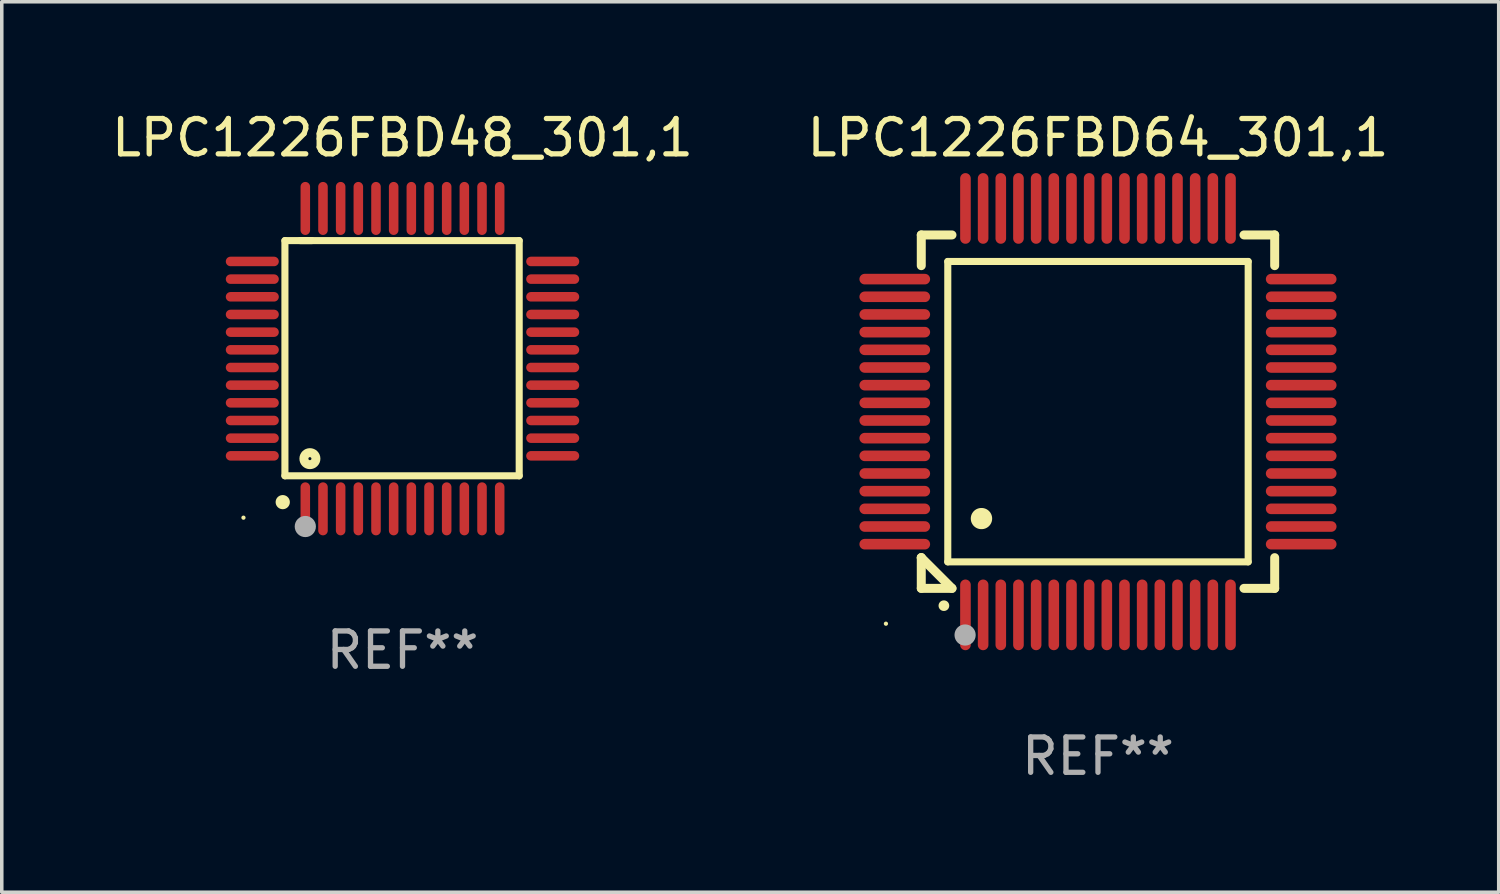
<source format=kicad_pcb>
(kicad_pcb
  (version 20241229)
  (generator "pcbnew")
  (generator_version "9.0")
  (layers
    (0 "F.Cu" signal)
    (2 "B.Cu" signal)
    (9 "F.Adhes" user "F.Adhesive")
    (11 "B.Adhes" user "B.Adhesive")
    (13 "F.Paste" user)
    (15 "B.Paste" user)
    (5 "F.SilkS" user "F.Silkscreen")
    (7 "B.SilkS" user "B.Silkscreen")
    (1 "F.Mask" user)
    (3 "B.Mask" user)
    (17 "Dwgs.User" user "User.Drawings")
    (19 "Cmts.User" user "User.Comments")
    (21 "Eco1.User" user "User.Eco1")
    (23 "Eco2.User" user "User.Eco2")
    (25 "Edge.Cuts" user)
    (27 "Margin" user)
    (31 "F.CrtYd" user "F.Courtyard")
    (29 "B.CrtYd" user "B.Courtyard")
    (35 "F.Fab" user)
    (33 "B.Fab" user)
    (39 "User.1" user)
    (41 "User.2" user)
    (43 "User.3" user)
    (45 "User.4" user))
  (footprint "LPC1226FBD64_301,1"
    (layer "F.Cu")
    (at 28.018 8.598)
    (property "Reference" "LPC1226FBD64_301,1" (at 0 -7.75 0) (layer "F.SilkS") (effects (font (size 1 1) (thickness 0.15))))
    (attr through_hole)
    (fp_line (start -5 -5) (end -4.131 -5) (stroke (width 0.254) (type solid)) (layer "F.SilkS"))
    (fp_line (start -5 -4.131) (end -5 -5) (stroke (width 0.254) (type solid)) (layer "F.SilkS"))
    (fp_line (start -5 4.131) (end -5 4.131) (stroke (width 0.254) (type solid)) (layer "F.SilkS"))
    (fp_line (start -5 5) (end -5 4.131) (stroke (width 0.254) (type solid)) (layer "F.SilkS"))
    (fp_line (start -5 4.131) (end -4.131 5) (stroke (width 0.254) (type solid)) (layer "F.SilkS"))
    (fp_line (start -4.25 -4.25) (end -4.25 4.25) (stroke (width 0.2) (type solid)) (layer "F.SilkS"))
    (fp_line (start -4.25 4.25) (end 4.25 4.25) (stroke (width 0.2) (type solid)) (layer "F.SilkS"))
    (fp_line (start -4.131 5) (end -5 5) (stroke (width 0.254) (type solid)) (layer "F.SilkS"))
    (fp_line (start 4.25 -4.25) (end -4.25 -4.25) (stroke (width 0.2) (type solid)) (layer "F.SilkS"))
    (fp_line (start 4.25 4.25) (end 4.25 -4.25) (stroke (width 0.2) (type solid)) (layer "F.SilkS"))
    (fp_line (start 5 -5) (end 4.131 -5) (stroke (width 0.254) (type solid)) (layer "F.SilkS"))
    (fp_line (start 5 -5) (end 5 -4.131) (stroke (width 0.254) (type solid)) (layer "F.SilkS"))
    (fp_line (start 5 4.131) (end 5 5) (stroke (width 0.254) (type solid)) (layer "F.SilkS"))
    (fp_line (start 5 5) (end 4.131 5) (stroke (width 0.254) (type solid)) (layer "F.SilkS"))
    (fp_arc (start -4.361265 5.489992) (mid -4.359995 5.489987) (end -4.358725 5.489992) (stroke (width 0.3) (type solid)) (layer "F.SilkS"))
    (fp_arc (start -3.299467 3.025146) (mid -3.296927 3.025135) (end -3.294387 3.025146) (stroke (width 0.6) (type solid)) (layer "F.SilkS"))
    (fp_circle (center -6 6) (end -5.97 6) (stroke (width 0.06) (type solid)) (fill no) (layer "F.SilkS"))
    (fp_circle (center -3.76 6.32) (end -3.61 6.32) (stroke (width 0.3) (type solid)) (fill no) (layer "F.Fab"))
    (fp_text user "REF**" (at 0 9.75 0) (layer "F.Fab") (effects (font (size 1 1) (thickness 0.15))))
    (pad "1" smd oval (at -3.75 5.75) (size 0.3 2) (layers "F.Cu" "F.Mask" "F.Paste"))
    (pad "2" smd oval (at -3.25 5.75) (size 0.3 2) (layers "F.Cu" "F.Mask" "F.Paste"))
    (pad "3" smd oval (at -2.75 5.75) (size 0.3 2) (layers "F.Cu" "F.Mask" "F.Paste"))
    (pad "4" smd oval (at -2.25 5.75) (size 0.3 2) (layers "F.Cu" "F.Mask" "F.Paste"))
    (pad "5" smd oval (at -1.75 5.75) (size 0.3 2) (layers "F.Cu" "F.Mask" "F.Paste"))
    (pad "6" smd oval (at -1.25 5.75) (size 0.3 2) (layers "F.Cu" "F.Mask" "F.Paste"))
    (pad "7" smd oval (at -0.75 5.75) (size 0.3 2) (layers "F.Cu" "F.Mask" "F.Paste"))
    (pad "8" smd oval (at -0.25 5.75) (size 0.3 2) (layers "F.Cu" "F.Mask" "F.Paste"))
    (pad "9" smd oval (at 0.25 5.75) (size 0.3 2) (layers "F.Cu" "F.Mask" "F.Paste"))
    (pad "10" smd oval (at 0.75 5.75) (size 0.3 2) (layers "F.Cu" "F.Mask" "F.Paste"))
    (pad "11" smd oval (at 1.25 5.75) (size 0.3 2) (layers "F.Cu" "F.Mask" "F.Paste"))
    (pad "12" smd oval (at 1.75 5.75) (size 0.3 2) (layers "F.Cu" "F.Mask" "F.Paste"))
    (pad "13" smd oval (at 2.25 5.75) (size 0.3 2) (layers "F.Cu" "F.Mask" "F.Paste"))
    (pad "14" smd oval (at 2.75 5.75) (size 0.3 2) (layers "F.Cu" "F.Mask" "F.Paste"))
    (pad "15" smd oval (at 3.25 5.75) (size 0.3 2) (layers "F.Cu" "F.Mask" "F.Paste"))
    (pad "16" smd oval (at 3.75 5.75) (size 0.3 2) (layers "F.Cu" "F.Mask" "F.Paste"))
    (pad "17" smd oval (at 5.75 3.75) (size 2 0.3) (layers "F.Cu" "F.Mask" "F.Paste"))
    (pad "18" smd oval (at 5.75 3.25) (size 2 0.3) (layers "F.Cu" "F.Mask" "F.Paste"))
    (pad "19" smd oval (at 5.75 2.75) (size 2 0.3) (layers "F.Cu" "F.Mask" "F.Paste"))
    (pad "20" smd oval (at 5.75 2.25) (size 2 0.3) (layers "F.Cu" "F.Mask" "F.Paste"))
    (pad "21" smd oval (at 5.75 1.75) (size 2 0.3) (layers "F.Cu" "F.Mask" "F.Paste"))
    (pad "22" smd oval (at 5.75 1.25) (size 2 0.3) (layers "F.Cu" "F.Mask" "F.Paste"))
    (pad "23" smd oval (at 5.75 0.75) (size 2 0.3) (layers "F.Cu" "F.Mask" "F.Paste"))
    (pad "24" smd oval (at 5.75 0.25) (size 2 0.3) (layers "F.Cu" "F.Mask" "F.Paste"))
    (pad "25" smd oval (at 5.75 -0.25) (size 2 0.3) (layers "F.Cu" "F.Mask" "F.Paste"))
    (pad "26" smd oval (at 5.75 -0.75) (size 2 0.3) (layers "F.Cu" "F.Mask" "F.Paste"))
    (pad "27" smd oval (at 5.75 -1.25) (size 2 0.3) (layers "F.Cu" "F.Mask" "F.Paste"))
    (pad "28" smd oval (at 5.75 -1.75) (size 2 0.3) (layers "F.Cu" "F.Mask" "F.Paste"))
    (pad "29" smd oval (at 5.75 -2.25) (size 2 0.3) (layers "F.Cu" "F.Mask" "F.Paste"))
    (pad "30" smd oval (at 5.75 -2.75) (size 2 0.3) (layers "F.Cu" "F.Mask" "F.Paste"))
    (pad "31" smd oval (at 5.75 -3.25) (size 2 0.3) (layers "F.Cu" "F.Mask" "F.Paste"))
    (pad "32" smd oval (at 5.75 -3.75) (size 2 0.3) (layers "F.Cu" "F.Mask" "F.Paste"))
    (pad "33" smd oval (at 3.75 -5.75) (size 0.3 2) (layers "F.Cu" "F.Mask" "F.Paste"))
    (pad "34" smd oval (at 3.25 -5.75) (size 0.3 2) (layers "F.Cu" "F.Mask" "F.Paste"))
    (pad "35" smd oval (at 2.75 -5.75) (size 0.3 2) (layers "F.Cu" "F.Mask" "F.Paste"))
    (pad "36" smd oval (at 2.25 -5.75) (size 0.3 2) (layers "F.Cu" "F.Mask" "F.Paste"))
    (pad "37" smd oval (at 1.75 -5.75) (size 0.3 2) (layers "F.Cu" "F.Mask" "F.Paste"))
    (pad "38" smd oval (at 1.25 -5.75) (size 0.3 2) (layers "F.Cu" "F.Mask" "F.Paste"))
    (pad "39" smd oval (at 0.75 -5.75) (size 0.3 2) (layers "F.Cu" "F.Mask" "F.Paste"))
    (pad "40" smd oval (at 0.25 -5.75) (size 0.3 2) (layers "F.Cu" "F.Mask" "F.Paste"))
    (pad "41" smd oval (at -0.25 -5.75) (size 0.3 2) (layers "F.Cu" "F.Mask" "F.Paste"))
    (pad "42" smd oval (at -0.75 -5.75) (size 0.3 2) (layers "F.Cu" "F.Mask" "F.Paste"))
    (pad "43" smd oval (at -1.25 -5.75) (size 0.3 2) (layers "F.Cu" "F.Mask" "F.Paste"))
    (pad "44" smd oval (at -1.75 -5.75) (size 0.3 2) (layers "F.Cu" "F.Mask" "F.Paste"))
    (pad "45" smd oval (at -2.25 -5.75) (size 0.3 2) (layers "F.Cu" "F.Mask" "F.Paste"))
    (pad "46" smd oval (at -2.75 -5.75) (size 0.3 2) (layers "F.Cu" "F.Mask" "F.Paste"))
    (pad "47" smd oval (at -3.25 -5.75) (size 0.3 2) (layers "F.Cu" "F.Mask" "F.Paste"))
    (pad "48" smd oval (at -3.75 -5.75) (size 0.3 2) (layers "F.Cu" "F.Mask" "F.Paste"))
    (pad "49" smd oval (at -5.75 -3.75) (size 2 0.3) (layers "F.Cu" "F.Mask" "F.Paste"))
    (pad "50" smd oval (at -5.75 -3.25) (size 2 0.3) (layers "F.Cu" "F.Mask" "F.Paste"))
    (pad "51" smd oval (at -5.75 -2.75) (size 2 0.3) (layers "F.Cu" "F.Mask" "F.Paste"))
    (pad "52" smd oval (at -5.75 -2.25) (size 2 0.3) (layers "F.Cu" "F.Mask" "F.Paste"))
    (pad "53" smd oval (at -5.75 -1.75) (size 2 0.3) (layers "F.Cu" "F.Mask" "F.Paste"))
    (pad "54" smd oval (at -5.75 -1.25) (size 2 0.3) (layers "F.Cu" "F.Mask" "F.Paste"))
    (pad "55" smd oval (at -5.75 -0.75) (size 2 0.3) (layers "F.Cu" "F.Mask" "F.Paste"))
    (pad "56" smd oval (at -5.75 -0.25) (size 2 0.3) (layers "F.Cu" "F.Mask" "F.Paste"))
    (pad "57" smd oval (at -5.75 0.25) (size 2 0.3) (layers "F.Cu" "F.Mask" "F.Paste"))
    (pad "58" smd oval (at -5.75 0.75) (size 2 0.3) (layers "F.Cu" "F.Mask" "F.Paste"))
    (pad "59" smd oval (at -5.75 1.25) (size 2 0.3) (layers "F.Cu" "F.Mask" "F.Paste"))
    (pad "60" smd oval (at -5.75 1.75) (size 2 0.3) (layers "F.Cu" "F.Mask" "F.Paste"))
    (pad "61" smd oval (at -5.75 2.25) (size 2 0.3) (layers "F.Cu" "F.Mask" "F.Paste"))
    (pad "62" smd oval (at -5.75 2.75) (size 2 0.3) (layers "F.Cu" "F.Mask" "F.Paste"))
    (pad "63" smd oval (at -5.75 3.25) (size 2 0.3) (layers "F.Cu" "F.Mask" "F.Paste"))
    (pad "64" smd oval (at -5.75 3.75) (size 2 0.3) (layers "F.Cu" "F.Mask" "F.Paste")))
  (footprint "LPC1226FBD48_301,1"
    (layer "F.Cu")
    (at 8.339 7.098)
    (property "Reference" "LPC1226FBD48_301,1" (at 0 -6.25 0) (layer "F.SilkS") (effects (font (size 1 1) (thickness 0.15))))
    (attr through_hole)
    (fp_line (start -3.327 -3.34) (end -2.565 -3.34) (stroke (width 0.2) (type solid)) (layer "F.SilkS"))
    (fp_line (start -3.327 3.315) (end -3.327 -3.34) (stroke (width 0.2) (type solid)) (layer "F.SilkS"))
    (fp_line (start -2.896 -3.34) (end 3.302 -3.34) (stroke (width 0.2) (type solid)) (layer "F.SilkS"))
    (fp_line (start 3.302 -3.34) (end 3.302 3.315) (stroke (width 0.2) (type solid)) (layer "F.SilkS"))
    (fp_line (start 3.302 3.315) (end -3.327 3.315) (stroke (width 0.2) (type solid)) (layer "F.SilkS"))
    (fp_arc (start -3.389992 4.059995) (mid -3.388722 4.059991) (end -3.387452 4.059995) (stroke (width 0.4) (type solid)) (layer "F.SilkS"))
    (fp_circle (center -4.5 4.5) (end -4.47 4.5) (stroke (width 0.06) (type solid)) (fill no) (layer "F.SilkS"))
    (fp_circle (center -2.62 2.83) (end -2.45 2.83) (stroke (width 0.254) (type solid)) (fill no) (layer "F.SilkS"))
    (fp_circle (center -2.75 4.75) (end -2.6 4.75) (stroke (width 0.3) (type solid)) (fill no) (layer "F.Fab"))
    (fp_text user "REF**" (at 0 8.25 0) (layer "F.Fab") (effects (font (size 1 1) (thickness 0.15))))
    (pad "1" smd oval (at -2.75 4.25) (size 0.27 1.5) (layers "F.Cu" "F.Mask" "F.Paste"))
    (pad "2" smd oval (at -2.25 4.25) (size 0.27 1.5) (layers "F.Cu" "F.Mask" "F.Paste"))
    (pad "3" smd oval (at -1.75 4.25) (size 0.27 1.5) (layers "F.Cu" "F.Mask" "F.Paste"))
    (pad "4" smd oval (at -1.25 4.25) (size 0.27 1.5) (layers "F.Cu" "F.Mask" "F.Paste"))
    (pad "5" smd oval (at -0.75 4.25) (size 0.27 1.5) (layers "F.Cu" "F.Mask" "F.Paste"))
    (pad "6" smd oval (at -0.25 4.25) (size 0.27 1.5) (layers "F.Cu" "F.Mask" "F.Paste"))
    (pad "7" smd oval (at 0.25 4.25) (size 0.27 1.5) (layers "F.Cu" "F.Mask" "F.Paste"))
    (pad "8" smd oval (at 0.75 4.25) (size 0.27 1.5) (layers "F.Cu" "F.Mask" "F.Paste"))
    (pad "9" smd oval (at 1.25 4.25) (size 0.27 1.5) (layers "F.Cu" "F.Mask" "F.Paste"))
    (pad "10" smd oval (at 1.75 4.25) (size 0.27 1.5) (layers "F.Cu" "F.Mask" "F.Paste"))
    (pad "11" smd oval (at 2.25 4.25) (size 0.27 1.5) (layers "F.Cu" "F.Mask" "F.Paste"))
    (pad "12" smd oval (at 2.75 4.25) (size 0.27 1.5) (layers "F.Cu" "F.Mask" "F.Paste"))
    (pad "13" smd oval (at 4.25 2.75) (size 1.5 0.27) (layers "F.Cu" "F.Mask" "F.Paste"))
    (pad "14" smd oval (at 4.25 2.25) (size 1.5 0.27) (layers "F.Cu" "F.Mask" "F.Paste"))
    (pad "15" smd oval (at 4.25 1.75) (size 1.5 0.27) (layers "F.Cu" "F.Mask" "F.Paste"))
    (pad "16" smd oval (at 4.25 1.25) (size 1.5 0.27) (layers "F.Cu" "F.Mask" "F.Paste"))
    (pad "17" smd oval (at 4.25 0.75) (size 1.5 0.27) (layers "F.Cu" "F.Mask" "F.Paste"))
    (pad "18" smd oval (at 4.25 0.25) (size 1.5 0.27) (layers "F.Cu" "F.Mask" "F.Paste"))
    (pad "19" smd oval (at 4.25 -0.25) (size 1.5 0.27) (layers "F.Cu" "F.Mask" "F.Paste"))
    (pad "20" smd oval (at 4.25 -0.75) (size 1.5 0.27) (layers "F.Cu" "F.Mask" "F.Paste"))
    (pad "21" smd oval (at 4.25 -1.25) (size 1.5 0.27) (layers "F.Cu" "F.Mask" "F.Paste"))
    (pad "22" smd oval (at 4.25 -1.75) (size 1.5 0.27) (layers "F.Cu" "F.Mask" "F.Paste"))
    (pad "23" smd oval (at 4.25 -2.25) (size 1.5 0.27) (layers "F.Cu" "F.Mask" "F.Paste"))
    (pad "24" smd oval (at 4.25 -2.75) (size 1.5 0.27) (layers "F.Cu" "F.Mask" "F.Paste"))
    (pad "25" smd oval (at 2.75 -4.25) (size 0.27 1.5) (layers "F.Cu" "F.Mask" "F.Paste"))
    (pad "26" smd oval (at 2.25 -4.25) (size 0.27 1.5) (layers "F.Cu" "F.Mask" "F.Paste"))
    (pad "27" smd oval (at 1.75 -4.25) (size 0.27 1.5) (layers "F.Cu" "F.Mask" "F.Paste"))
    (pad "28" smd oval (at 1.25 -4.25) (size 0.27 1.5) (layers "F.Cu" "F.Mask" "F.Paste"))
    (pad "29" smd oval (at 0.75 -4.25) (size 0.27 1.5) (layers "F.Cu" "F.Mask" "F.Paste"))
    (pad "30" smd oval (at 0.25 -4.25) (size 0.27 1.5) (layers "F.Cu" "F.Mask" "F.Paste"))
    (pad "31" smd oval (at -0.25 -4.25) (size 0.27 1.5) (layers "F.Cu" "F.Mask" "F.Paste"))
    (pad "32" smd oval (at -0.75 -4.25) (size 0.27 1.5) (layers "F.Cu" "F.Mask" "F.Paste"))
    (pad "33" smd oval (at -1.25 -4.25) (size 0.27 1.5) (layers "F.Cu" "F.Mask" "F.Paste"))
    (pad "34" smd oval (at -1.75 -4.25) (size 0.27 1.5) (layers "F.Cu" "F.Mask" "F.Paste"))
    (pad "35" smd oval (at -2.25 -4.25) (size 0.27 1.5) (layers "F.Cu" "F.Mask" "F.Paste"))
    (pad "36" smd oval (at -2.75 -4.25) (size 0.27 1.5) (layers "F.Cu" "F.Mask" "F.Paste"))
    (pad "37" smd oval (at -4.25 -2.75) (size 1.5 0.27) (layers "F.Cu" "F.Mask" "F.Paste"))
    (pad "38" smd oval (at -4.25 -2.25) (size 1.5 0.27) (layers "F.Cu" "F.Mask" "F.Paste"))
    (pad "39" smd oval (at -4.25 -1.75) (size 1.5 0.27) (layers "F.Cu" "F.Mask" "F.Paste"))
    (pad "40" smd oval (at -4.25 -1.25) (size 1.5 0.27) (layers "F.Cu" "F.Mask" "F.Paste"))
    (pad "41" smd oval (at -4.25 -0.75) (size 1.5 0.27) (layers "F.Cu" "F.Mask" "F.Paste"))
    (pad "42" smd oval (at -4.25 -0.25) (size 1.5 0.27) (layers "F.Cu" "F.Mask" "F.Paste"))
    (pad "43" smd oval (at -4.25 0.25) (size 1.5 0.27) (layers "F.Cu" "F.Mask" "F.Paste"))
    (pad "44" smd oval (at -4.25 0.75) (size 1.5 0.27) (layers "F.Cu" "F.Mask" "F.Paste"))
    (pad "45" smd oval (at -4.25 1.25) (size 1.5 0.27) (layers "F.Cu" "F.Mask" "F.Paste"))
    (pad "46" smd oval (at -4.25 1.75) (size 1.5 0.27) (layers "F.Cu" "F.Mask" "F.Paste"))
    (pad "47" smd oval (at -4.25 2.25) (size 1.5 0.27) (layers "F.Cu" "F.Mask" "F.Paste"))
    (pad "48" smd oval (at -4.25 2.75) (size 1.5 0.27) (layers "F.Cu" "F.Mask" "F.Paste")))
  (gr_rect
    (start -3 -3)
    (end 39.357 22.196)
    (stroke (width 0.1) (type default))
    (fill no)
    (layer "Edge.Cuts")))
</source>
